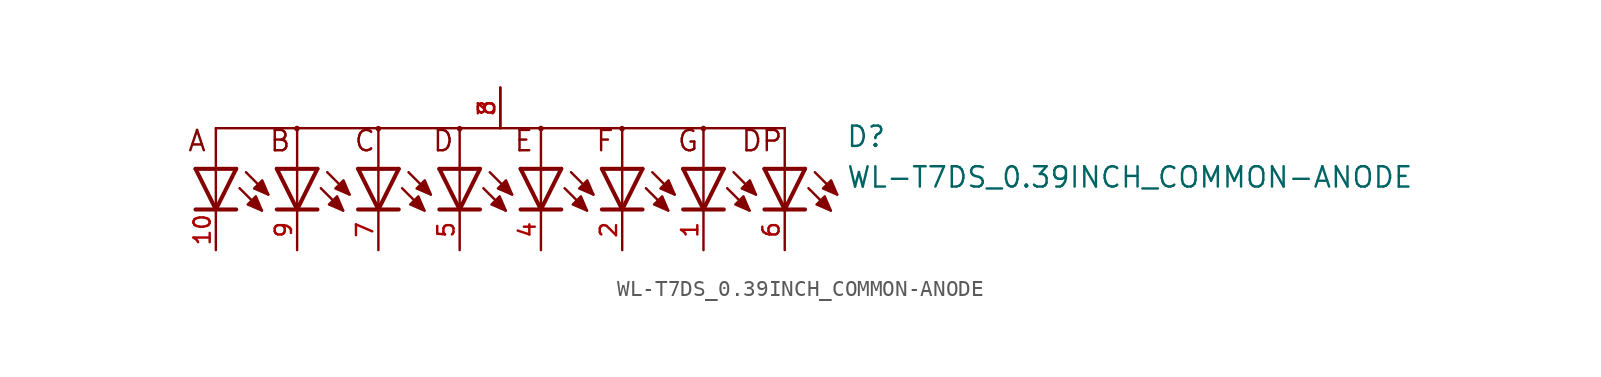
<source format=kicad_sym>
(kicad_symbol_lib
  (version 20211014)
  (generator kicad_symbol_editor)
  (symbol "WL-T7DS_0.39INCH_COMMON-ANODE"
    (pin_names
      (offset 1.016))
    (property "Reference" "D"
      (at 21.59 1.27 0)
      (effects (font (size 1.27 1.27)) (justify bottom left)))
    (property "Value" "WL-T7DS_0.39INCH_COMMON-ANODE"
      (at 21.59 -1.27 0)
      (effects (font (size 1.27 1.27)) (justify bottom left)))
    (symbol "WL-T7DS_0.39INCH_COMMON-ANODE_0_0"
      (text "A" (at -19.6 1.0 0) (effects (font (size 1.27 1.27)) (justify bottom left)))
      (text "B" (at -14.5 1.0 0) (effects (font (size 1.27 1.27)) (justify bottom left)))
      (text "C" (at -9.2 1.0 0) (effects (font (size 1.27 1.27)) (justify bottom left)))
      (text "D" (at -4.3 1.0 0) (effects (font (size 1.27 1.27)) (justify bottom left)))
      (text "E" (at 0.8 1.0 0) (effects (font (size 1.27 1.27)) (justify bottom left)))
      (text "F" (at 5.9 1.0 0) (effects (font (size 1.27 1.27)) (justify bottom left)))
      (text "G" (at 11.0 1.0 0) (effects (font (size 1.27 1.27)) (justify bottom left)))
      (text "DP" (at 14.986 1.0 0) (effects (font (size 1.27 1.27)) (justify bottom left)))
      (polyline (pts (xy -16.51 0.0) (xy -17.78 -2.54)) (stroke (width 0.254)))
      (polyline (pts (xy -17.78 -2.54) (xy -19.05 0.0)) (stroke (width 0.254)))
      (polyline (pts (xy -16.51 -2.54) (xy -17.78 -2.54)) (stroke (width 0.254)))
      (polyline (pts (xy -17.78 -2.54) (xy -19.05 -2.54)) (stroke (width 0.254)))
      (polyline (pts (xy -16.51 0.0) (xy -17.78 0.0)) (stroke (width 0.254)))
      (polyline (pts (xy -17.78 0.0) (xy -19.05 0.0)) (stroke (width 0.254)))
      (polyline (pts (xy -17.78 0.0) (xy -17.78 -2.54)) (stroke (width 0.152)))
      (polyline (pts (xy -16.298 -1.212) (xy -14.901 -2.609)) (stroke (width 0.152)))
      (polyline (pts (xy -15.898 -0.212) (xy -14.501 -1.609)) (stroke (width 0.152)))
      (polyline (pts (xy -17.78 0.0) (xy -17.78 2.54)) (stroke (width 0.152)))
      (polyline (pts (xy -11.43 0.0) (xy -12.7 -2.54)) (stroke (width 0.254)))
      (polyline (pts (xy -12.7 -2.54) (xy -13.97 0.0)) (stroke (width 0.254)))
      (polyline (pts (xy -11.43 -2.54) (xy -12.7 -2.54)) (stroke (width 0.254)))
      (polyline (pts (xy -12.7 -2.54) (xy -13.97 -2.54)) (stroke (width 0.254)))
      (polyline (pts (xy -11.43 0.0) (xy -12.7 0.0)) (stroke (width 0.254)))
      (polyline (pts (xy -12.7 0.0) (xy -13.97 0.0)) (stroke (width 0.254)))
      (polyline (pts (xy -12.7 0.0) (xy -12.7 -2.54)) (stroke (width 0.152)))
      (polyline (pts (xy -11.218 -1.212) (xy -9.821 -2.609)) (stroke (width 0.152)))
      (polyline (pts (xy -10.818 -0.212) (xy -9.421 -1.609)) (stroke (width 0.152)))
      (polyline (pts (xy -12.7 0.0) (xy -12.7 2.54)) (stroke (width 0.152)))
      (polyline (pts (xy -6.35 0.0) (xy -7.62 -2.54)) (stroke (width 0.254)))
      (polyline (pts (xy -7.62 -2.54) (xy -8.89 0.0)) (stroke (width 0.254)))
      (polyline (pts (xy -6.35 -2.54) (xy -7.62 -2.54)) (stroke (width 0.254)))
      (polyline (pts (xy -7.62 -2.54) (xy -8.89 -2.54)) (stroke (width 0.254)))
      (polyline (pts (xy -6.35 0.0) (xy -7.62 0.0)) (stroke (width 0.254)))
      (polyline (pts (xy -7.62 0.0) (xy -8.89 0.0)) (stroke (width 0.254)))
      (polyline (pts (xy -7.62 0.0) (xy -7.62 -2.54)) (stroke (width 0.152)))
      (polyline (pts (xy -6.138 -1.212) (xy -4.741 -2.609)) (stroke (width 0.152)))
      (polyline (pts (xy -5.738 -0.212) (xy -4.341 -1.609)) (stroke (width 0.152)))
      (polyline (pts (xy -7.62 0.0) (xy -7.62 2.54)) (stroke (width 0.152)))
      (polyline (pts (xy -1.27 0.0) (xy -2.54 -2.54)) (stroke (width 0.254)))
      (polyline (pts (xy -2.54 -2.54) (xy -3.81 0.0)) (stroke (width 0.254)))
      (polyline (pts (xy -1.27 -2.54) (xy -2.54 -2.54)) (stroke (width 0.254)))
      (polyline (pts (xy -2.54 -2.54) (xy -3.81 -2.54)) (stroke (width 0.254)))
      (polyline (pts (xy -1.27 0.0) (xy -2.54 0.0)) (stroke (width 0.254)))
      (polyline (pts (xy -2.54 0.0) (xy -3.81 0.0)) (stroke (width 0.254)))
      (polyline (pts (xy -2.54 0.0) (xy -2.54 -2.54)) (stroke (width 0.152)))
      (polyline (pts (xy -1.058 -1.212) (xy 0.339 -2.609)) (stroke (width 0.152)))
      (polyline (pts (xy -0.658 -0.212) (xy 0.739 -1.609)) (stroke (width 0.152)))
      (polyline (pts (xy -2.54 0.0) (xy -2.54 2.54)) (stroke (width 0.152)))
      (polyline (pts (xy 3.81 0.0) (xy 2.54 -2.54)) (stroke (width 0.254)))
      (polyline (pts (xy 2.54 -2.54) (xy 1.27 0.0)) (stroke (width 0.254)))
      (polyline (pts (xy 3.81 -2.54) (xy 2.54 -2.54)) (stroke (width 0.254)))
      (polyline (pts (xy 2.54 -2.54) (xy 1.27 -2.54)) (stroke (width 0.254)))
      (polyline (pts (xy 3.81 0.0) (xy 2.54 0.0)) (stroke (width 0.254)))
      (polyline (pts (xy 2.54 0.0) (xy 1.27 0.0)) (stroke (width 0.254)))
      (polyline (pts (xy 2.54 0.0) (xy 2.54 -2.54)) (stroke (width 0.152)))
      (polyline (pts (xy 4.022 -1.212) (xy 5.419 -2.609)) (stroke (width 0.152)))
      (polyline (pts (xy 4.422 -0.212) (xy 5.819 -1.609)) (stroke (width 0.152)))
      (polyline (pts (xy 2.54 0.0) (xy 2.54 2.54)) (stroke (width 0.152)))
      (polyline (pts (xy 8.89 0.0) (xy 7.62 -2.54)) (stroke (width 0.254)))
      (polyline (pts (xy 7.62 -2.54) (xy 6.35 0.0)) (stroke (width 0.254)))
      (polyline (pts (xy 8.89 -2.54) (xy 7.62 -2.54)) (stroke (width 0.254)))
      (polyline (pts (xy 7.62 -2.54) (xy 6.35 -2.54)) (stroke (width 0.254)))
      (polyline (pts (xy 8.89 0.0) (xy 7.62 0.0)) (stroke (width 0.254)))
      (polyline (pts (xy 7.62 0.0) (xy 6.35 0.0)) (stroke (width 0.254)))
      (polyline (pts (xy 7.62 0.0) (xy 7.62 -2.54)) (stroke (width 0.152)))
      (polyline (pts (xy 9.102 -1.212) (xy 10.499 -2.609)) (stroke (width 0.152)))
      (polyline (pts (xy 9.502 -0.212) (xy 10.899 -1.609)) (stroke (width 0.152)))
      (polyline (pts (xy 7.62 0.0) (xy 7.62 2.54)) (stroke (width 0.152)))
      (polyline (pts (xy 13.97 0.0) (xy 12.7 -2.54)) (stroke (width 0.254)))
      (polyline (pts (xy 12.7 -2.54) (xy 11.43 0.0)) (stroke (width 0.254)))
      (polyline (pts (xy 13.97 -2.54) (xy 12.7 -2.54)) (stroke (width 0.254)))
      (polyline (pts (xy 12.7 -2.54) (xy 11.43 -2.54)) (stroke (width 0.254)))
      (polyline (pts (xy 13.97 0.0) (xy 12.7 0.0)) (stroke (width 0.254)))
      (polyline (pts (xy 12.7 0.0) (xy 11.43 0.0)) (stroke (width 0.254)))
      (polyline (pts (xy 12.7 0.0) (xy 12.7 -2.54)) (stroke (width 0.152)))
      (polyline (pts (xy 14.182 -1.212) (xy 15.579 -2.609)) (stroke (width 0.152)))
      (polyline (pts (xy 14.582 -0.212) (xy 15.979 -1.609)) (stroke (width 0.152)))
      (polyline (pts (xy 12.7 0.0) (xy 12.7 2.54)) (stroke (width 0.152)))
      (polyline (pts (xy 19.05 0.0) (xy 17.78 -2.54)) (stroke (width 0.254)))
      (polyline (pts (xy 17.78 -2.54) (xy 16.51 0.0)) (stroke (width 0.254)))
      (polyline (pts (xy 19.05 -2.54) (xy 17.78 -2.54)) (stroke (width 0.254)))
      (polyline (pts (xy 17.78 -2.54) (xy 16.51 -2.54)) (stroke (width 0.254)))
      (polyline (pts (xy 19.05 0.0) (xy 17.78 0.0)) (stroke (width 0.254)))
      (polyline (pts (xy 17.78 0.0) (xy 16.51 0.0)) (stroke (width 0.254)))
      (polyline (pts (xy 17.78 0.0) (xy 17.78 -2.54)) (stroke (width 0.152)))
      (polyline (pts (xy 19.262 -1.212) (xy 20.659 -2.609)) (stroke (width 0.152)))
      (polyline (pts (xy 19.662 -0.212) (xy 21.059 -1.609)) (stroke (width 0.152)))
      (polyline (pts (xy 17.78 0.0) (xy 17.78 2.54)) (stroke (width 0.152)))
      (polyline (pts (xy -17.78 2.54) (xy 17.78 2.54)) (stroke (width 0.152)))
      (polyline (pts (xy -14.901 -2.609) (xy -15.79 -2.228) (xy -15.282 -1.72) (xy -14.901 -2.609)) (stroke (width 0.152)) (fill (type outline)))
      (polyline (pts (xy -14.501 -1.609) (xy -15.39 -1.228) (xy -14.882 -0.72) (xy -14.501 -1.609)) (stroke (width 0.152)) (fill (type outline)))
      (polyline (pts (xy -9.821 -2.609) (xy -10.71 -2.228) (xy -10.202 -1.72) (xy -9.821 -2.609)) (stroke (width 0.152)) (fill (type outline)))
      (polyline (pts (xy -9.421 -1.609) (xy -10.31 -1.228) (xy -9.802 -0.72) (xy -9.421 -1.609)) (stroke (width 0.152)) (fill (type outline)))
      (polyline (pts (xy -4.741 -2.609) (xy -5.63 -2.228) (xy -5.122 -1.72) (xy -4.741 -2.609)) (stroke (width 0.152)) (fill (type outline)))
      (polyline (pts (xy -4.341 -1.609) (xy -5.23 -1.228) (xy -4.722 -0.72) (xy -4.341 -1.609)) (stroke (width 0.152)) (fill (type outline)))
      (polyline (pts (xy 0.339 -2.609) (xy -0.55 -2.228) (xy -0.042 -1.72) (xy 0.339 -2.609)) (stroke (width 0.152)) (fill (type outline)))
      (polyline (pts (xy 0.739 -1.609) (xy -0.15 -1.228) (xy 0.358 -0.72) (xy 0.739 -1.609)) (stroke (width 0.152)) (fill (type outline)))
      (polyline (pts (xy 5.419 -2.609) (xy 4.53 -2.228) (xy 5.038 -1.72) (xy 5.419 -2.609)) (stroke (width 0.152)) (fill (type outline)))
      (polyline (pts (xy 5.819 -1.609) (xy 4.93 -1.228) (xy 5.438 -0.72) (xy 5.819 -1.609)) (stroke (width 0.152)) (fill (type outline)))
      (polyline (pts (xy 10.499 -2.609) (xy 9.61 -2.228) (xy 10.118 -1.72) (xy 10.499 -2.609)) (stroke (width 0.152)) (fill (type outline)))
      (polyline (pts (xy 10.899 -1.609) (xy 10.01 -1.228) (xy 10.518 -0.72) (xy 10.899 -1.609)) (stroke (width 0.152)) (fill (type outline)))
      (polyline (pts (xy 15.579 -2.609) (xy 14.69 -2.228) (xy 15.198 -1.72) (xy 15.579 -2.609)) (stroke (width 0.152)) (fill (type outline)))
      (polyline (pts (xy 15.979 -1.609) (xy 15.09 -1.228) (xy 15.598 -0.72) (xy 15.979 -1.609)) (stroke (width 0.152)) (fill (type outline)))
      (polyline (pts (xy 20.659 -2.609) (xy 19.77 -2.228) (xy 20.278 -1.72) (xy 20.659 -2.609)) (stroke (width 0.152)) (fill (type outline)))
      (polyline (pts (xy 21.059 -1.609) (xy 20.17 -1.228) (xy 20.678 -0.72) (xy 21.059 -1.609)) (stroke (width 0.152)) (fill (type outline)))
      (circle (center -12.71 2.52) (radius 0.1) (stroke (width 0.152)) (fill (type none)))
      (circle (center -7.62 2.51) (radius 0.1) (stroke (width 0.152)) (fill (type none)))
      (circle (center -2.54 2.51) (radius 0.1) (stroke (width 0.152)) (fill (type none)))
      (circle (center 2.54 2.52) (radius 0.1) (stroke (width 0.152)) (fill (type none)))
      (circle (center 7.61 2.51) (radius 0.1) (stroke (width 0.152)) (fill (type none)))
      (circle (center 12.7 2.52) (radius 0.1) (stroke (width 0.152)) (fill (type none)))
      (pin passive line (at -17.78 -5.08 90.0) (length 2.54) (name "~" (effects (font (size 1.016 1.016)))) (number "10" (effects (font (size 1.016 1.016)))))
      (pin passive line (at 0.0 5.08 270.0) (length 2.54) (name "~" (effects (font (size 1.016 1.016)))) (number "3" (effects (font (size 1.016 1.016)))))
      (pin passive line (at 0.0 5.08 270.0) (length 2.54) (name "~" (effects (font (size 1.016 1.016)))) (number "8" (effects (font (size 1.016 1.016)))))
      (pin passive line (at -12.7 -5.08 90.0) (length 2.54) (name "~" (effects (font (size 1.016 1.016)))) (number "9" (effects (font (size 1.016 1.016)))))
      (pin passive line (at -7.62 -5.08 90.0) (length 2.54) (name "~" (effects (font (size 1.016 1.016)))) (number "7" (effects (font (size 1.016 1.016)))))
      (pin passive line (at -2.54 -5.08 90.0) (length 2.54) (name "~" (effects (font (size 1.016 1.016)))) (number "5" (effects (font (size 1.016 1.016)))))
      (pin passive line (at 2.54 -5.08 90.0) (length 2.54) (name "~" (effects (font (size 1.016 1.016)))) (number "4" (effects (font (size 1.016 1.016)))))
      (pin passive line (at 7.62 -5.08 90.0) (length 2.54) (name "~" (effects (font (size 1.016 1.016)))) (number "2" (effects (font (size 1.016 1.016)))))
      (pin passive line (at 12.7 -5.08 90.0) (length 2.54) (name "~" (effects (font (size 1.016 1.016)))) (number "1" (effects (font (size 1.016 1.016)))))
      (pin passive line (at 17.78 -5.08 90.0) (length 2.54) (name "~" (effects (font (size 1.016 1.016)))) (number "6" (effects (font (size 1.016 1.016))))))))
</source>
